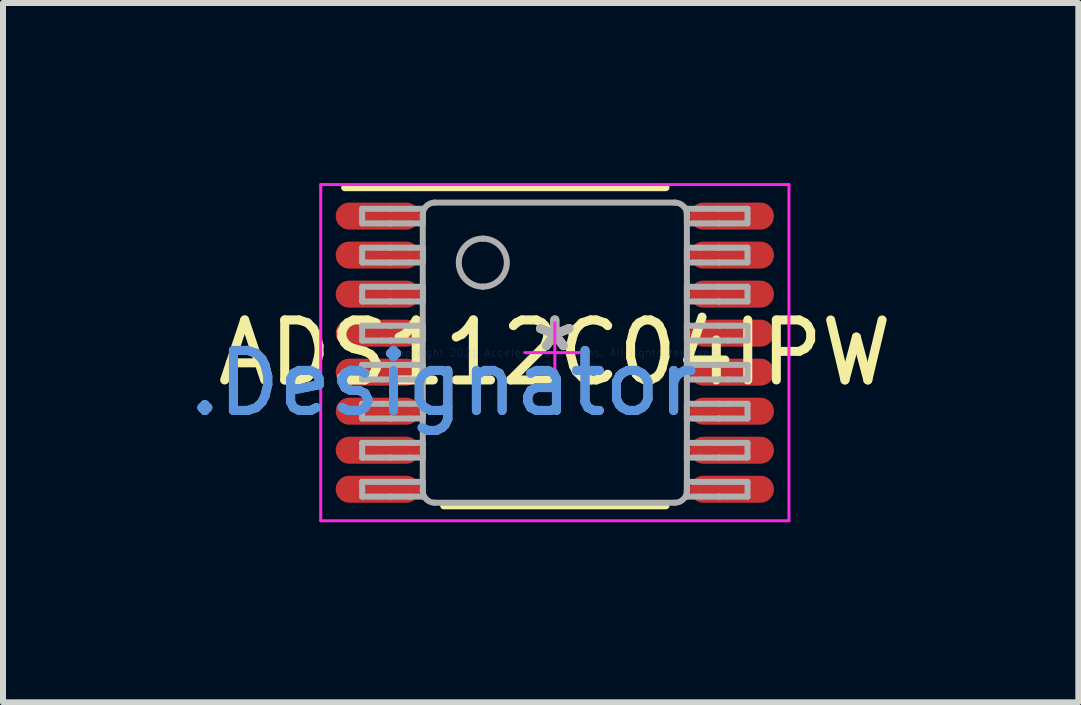
<source format=kicad_pcb>
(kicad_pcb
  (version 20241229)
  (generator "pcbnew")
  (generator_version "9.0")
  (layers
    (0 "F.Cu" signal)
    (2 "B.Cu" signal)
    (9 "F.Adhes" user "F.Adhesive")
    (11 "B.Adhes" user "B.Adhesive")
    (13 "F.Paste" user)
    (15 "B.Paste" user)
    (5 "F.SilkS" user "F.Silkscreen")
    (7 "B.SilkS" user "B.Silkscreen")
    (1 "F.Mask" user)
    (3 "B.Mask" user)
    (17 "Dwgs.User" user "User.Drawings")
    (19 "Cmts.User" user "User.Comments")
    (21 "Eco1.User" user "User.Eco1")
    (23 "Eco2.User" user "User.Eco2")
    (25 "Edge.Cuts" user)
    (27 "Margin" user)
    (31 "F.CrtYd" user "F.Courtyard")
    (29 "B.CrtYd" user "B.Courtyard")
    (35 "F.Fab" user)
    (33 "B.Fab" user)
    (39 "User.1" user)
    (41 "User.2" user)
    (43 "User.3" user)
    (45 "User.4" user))
  (footprint "ADS112C04IPW"
    (layer "F.Cu")
    (at 6.193 2.825)
    (property "Reference" "ADS112C04IPW" (at 0 0 0) (layer "F.SilkS") (effects (font (size 1 1) (thickness 0.15))))
    (attr through_hole)
    (fp_line (start -3.5 -2.75) (end 1.85 -2.75) (stroke (width 0.12) (type solid)) (layer "F.SilkS"))
    (fp_line (start -1.85 2.55) (end 1.85 2.55) (stroke (width 0.12) (type solid)) (layer "F.SilkS"))
    (fp_line (start -3.9 -2.8) (end 3.9 -2.8) (stroke (width 0.05) (type solid)) (layer "F.CrtYd"))
    (fp_line (start -3.9 2.8) (end -3.9 -2.8) (stroke (width 0.05) (type solid)) (layer "F.CrtYd"))
    (fp_line (start -3.9 2.8) (end 3.9 2.8) (stroke (width 0.05) (type solid)) (layer "F.CrtYd"))
    (fp_line (start -0.5 0) (end 0.5 0) (stroke (width 0.05) (type solid)) (layer "F.CrtYd"))
    (fp_line (start 0 0.5) (end 0 -0.5) (stroke (width 0.05) (type solid)) (layer "F.CrtYd"))
    (fp_line (start 3.9 2.8) (end 3.9 -2.8) (stroke (width 0.05) (type solid)) (layer "F.CrtYd"))
    (fp_line (start -3.21 -2.397) (end -2.887 -2.397) (stroke (width 0.1) (type solid)) (layer "F.Fab"))
    (fp_line (start -3.21 -2.153) (end -3.21 -2.397) (stroke (width 0.1) (type solid)) (layer "F.Fab"))
    (fp_line (start -3.21 -2.153) (end -2.887 -2.153) (stroke (width 0.1) (type solid)) (layer "F.Fab"))
    (fp_line (start -3.21 -1.748) (end -2.887 -1.748) (stroke (width 0.1) (type solid)) (layer "F.Fab"))
    (fp_line (start -3.21 -1.502) (end -3.21 -1.748) (stroke (width 0.1) (type solid)) (layer "F.Fab"))
    (fp_line (start -3.21 -1.502) (end -2.887 -1.502) (stroke (width 0.1) (type solid)) (layer "F.Fab"))
    (fp_line (start -3.21 -1.097) (end -2.887 -1.097) (stroke (width 0.1) (type solid)) (layer "F.Fab"))
    (fp_line (start -3.21 -0.853) (end -3.21 -1.097) (stroke (width 0.1) (type solid)) (layer "F.Fab"))
    (fp_line (start -3.21 -0.853) (end -2.887 -0.853) (stroke (width 0.1) (type solid)) (layer "F.Fab"))
    (fp_line (start -3.21 -0.448) (end -2.887 -0.448) (stroke (width 0.1) (type solid)) (layer "F.Fab"))
    (fp_line (start -3.21 -0.202) (end -3.21 -0.448) (stroke (width 0.1) (type solid)) (layer "F.Fab"))
    (fp_line (start -3.21 -0.202) (end -2.887 -0.202) (stroke (width 0.1) (type solid)) (layer "F.Fab"))
    (fp_line (start -3.21 0.203) (end -2.887 0.203) (stroke (width 0.1) (type solid)) (layer "F.Fab"))
    (fp_line (start -3.21 0.447) (end -3.21 0.203) (stroke (width 0.1) (type solid)) (layer "F.Fab"))
    (fp_line (start -3.21 0.447) (end -2.887 0.447) (stroke (width 0.1) (type solid)) (layer "F.Fab"))
    (fp_line (start -3.21 0.852) (end -2.887 0.852) (stroke (width 0.1) (type solid)) (layer "F.Fab"))
    (fp_line (start -3.21 1.098) (end -3.21 0.852) (stroke (width 0.1) (type solid)) (layer "F.Fab"))
    (fp_line (start -3.21 1.098) (end -2.887 1.098) (stroke (width 0.1) (type solid)) (layer "F.Fab"))
    (fp_line (start -3.21 1.503) (end -2.887 1.503) (stroke (width 0.1) (type solid)) (layer "F.Fab"))
    (fp_line (start -3.21 1.748) (end -3.21 1.503) (stroke (width 0.1) (type solid)) (layer "F.Fab"))
    (fp_line (start -3.21 1.748) (end -2.887 1.748) (stroke (width 0.1) (type solid)) (layer "F.Fab"))
    (fp_line (start -3.21 2.152) (end -2.887 2.152) (stroke (width 0.1) (type solid)) (layer "F.Fab"))
    (fp_line (start -3.21 2.398) (end -3.21 2.152) (stroke (width 0.1) (type solid)) (layer "F.Fab"))
    (fp_line (start -3.21 2.398) (end -2.887 2.398) (stroke (width 0.1) (type solid)) (layer "F.Fab"))
    (fp_line (start -2.887 -2.397) (end -2.739 -2.397) (stroke (width 0.1) (type solid)) (layer "F.Fab"))
    (fp_line (start -2.887 -2.153) (end -2.739 -2.153) (stroke (width 0.1) (type solid)) (layer "F.Fab"))
    (fp_line (start -2.887 -1.748) (end -2.739 -1.748) (stroke (width 0.1) (type solid)) (layer "F.Fab"))
    (fp_line (start -2.887 -1.502) (end -2.739 -1.502) (stroke (width 0.1) (type solid)) (layer "F.Fab"))
    (fp_line (start -2.887 -1.097) (end -2.739 -1.097) (stroke (width 0.1) (type solid)) (layer "F.Fab"))
    (fp_line (start -2.887 -0.853) (end -2.739 -0.853) (stroke (width 0.1) (type solid)) (layer "F.Fab"))
    (fp_line (start -2.887 -0.448) (end -2.739 -0.448) (stroke (width 0.1) (type solid)) (layer "F.Fab"))
    (fp_line (start -2.887 -0.202) (end -2.739 -0.202) (stroke (width 0.1) (type solid)) (layer "F.Fab"))
    (fp_line (start -2.887 0.203) (end -2.739 0.203) (stroke (width 0.1) (type solid)) (layer "F.Fab"))
    (fp_line (start -2.887 0.447) (end -2.739 0.447) (stroke (width 0.1) (type solid)) (layer "F.Fab"))
    (fp_line (start -2.887 0.852) (end -2.739 0.852) (stroke (width 0.1) (type solid)) (layer "F.Fab"))
    (fp_line (start -2.887 1.098) (end -2.739 1.098) (stroke (width 0.1) (type solid)) (layer "F.Fab"))
    (fp_line (start -2.887 1.503) (end -2.739 1.503) (stroke (width 0.1) (type solid)) (layer "F.Fab"))
    (fp_line (start -2.887 1.748) (end -2.739 1.748) (stroke (width 0.1) (type solid)) (layer "F.Fab"))
    (fp_line (start -2.887 2.152) (end -2.739 2.152) (stroke (width 0.1) (type solid)) (layer "F.Fab"))
    (fp_line (start -2.887 2.398) (end -2.739 2.398) (stroke (width 0.1) (type solid)) (layer "F.Fab"))
    (fp_line (start -2.739 -2.397) (end -2.733 -2.397) (stroke (width 0.1) (type solid)) (layer "F.Fab"))
    (fp_line (start -2.739 -2.153) (end -2.733 -2.153) (stroke (width 0.1) (type solid)) (layer "F.Fab"))
    (fp_line (start -2.739 -1.748) (end -2.733 -1.748) (stroke (width 0.1) (type solid)) (layer "F.Fab"))
    (fp_line (start -2.739 -1.502) (end -2.733 -1.502) (stroke (width 0.1) (type solid)) (layer "F.Fab"))
    (fp_line (start -2.739 -1.097) (end -2.733 -1.097) (stroke (width 0.1) (type solid)) (layer "F.Fab"))
    (fp_line (start -2.739 -0.853) (end -2.733 -0.853) (stroke (width 0.1) (type solid)) (layer "F.Fab"))
    (fp_line (start -2.739 -0.448) (end -2.733 -0.448) (stroke (width 0.1) (type solid)) (layer "F.Fab"))
    (fp_line (start -2.739 -0.202) (end -2.733 -0.202) (stroke (width 0.1) (type solid)) (layer "F.Fab"))
    (fp_line (start -2.739 0.203) (end -2.733 0.203) (stroke (width 0.1) (type solid)) (layer "F.Fab"))
    (fp_line (start -2.739 0.447) (end -2.733 0.447) (stroke (width 0.1) (type solid)) (layer "F.Fab"))
    (fp_line (start -2.739 0.852) (end -2.733 0.852) (stroke (width 0.1) (type solid)) (layer "F.Fab"))
    (fp_line (start -2.739 1.098) (end -2.733 1.098) (stroke (width 0.1) (type solid)) (layer "F.Fab"))
    (fp_line (start -2.739 1.503) (end -2.733 1.503) (stroke (width 0.1) (type solid)) (layer "F.Fab"))
    (fp_line (start -2.739 1.748) (end -2.733 1.748) (stroke (width 0.1) (type solid)) (layer "F.Fab"))
    (fp_line (start -2.739 2.152) (end -2.733 2.152) (stroke (width 0.1) (type solid)) (layer "F.Fab"))
    (fp_line (start -2.739 2.398) (end -2.733 2.398) (stroke (width 0.1) (type solid)) (layer "F.Fab"))
    (fp_line (start -2.733 -2.397) (end -2.431 -2.397) (stroke (width 0.1) (type solid)) (layer "F.Fab"))
    (fp_line (start -2.733 -2.153) (end -2.431 -2.153) (stroke (width 0.1) (type solid)) (layer "F.Fab"))
    (fp_line (start -2.733 -1.748) (end -2.431 -1.748) (stroke (width 0.1) (type solid)) (layer "F.Fab"))
    (fp_line (start -2.733 -1.502) (end -2.431 -1.502) (stroke (width 0.1) (type solid)) (layer "F.Fab"))
    (fp_line (start -2.733 -1.097) (end -2.431 -1.097) (stroke (width 0.1) (type solid)) (layer "F.Fab"))
    (fp_line (start -2.733 -0.853) (end -2.431 -0.853) (stroke (width 0.1) (type solid)) (layer "F.Fab"))
    (fp_line (start -2.733 -0.448) (end -2.431 -0.448) (stroke (width 0.1) (type solid)) (layer "F.Fab"))
    (fp_line (start -2.733 -0.202) (end -2.431 -0.202) (stroke (width 0.1) (type solid)) (layer "F.Fab"))
    (fp_line (start -2.733 0.203) (end -2.431 0.203) (stroke (width 0.1) (type solid)) (layer "F.Fab"))
    (fp_line (start -2.733 0.447) (end -2.431 0.447) (stroke (width 0.1) (type solid)) (layer "F.Fab"))
    (fp_line (start -2.733 0.852) (end -2.431 0.852) (stroke (width 0.1) (type solid)) (layer "F.Fab"))
    (fp_line (start -2.733 1.098) (end -2.431 1.098) (stroke (width 0.1) (type solid)) (layer "F.Fab"))
    (fp_line (start -2.733 1.503) (end -2.431 1.503) (stroke (width 0.1) (type solid)) (layer "F.Fab"))
    (fp_line (start -2.733 1.748) (end -2.431 1.748) (stroke (width 0.1) (type solid)) (layer "F.Fab"))
    (fp_line (start -2.733 2.152) (end -2.431 2.152) (stroke (width 0.1) (type solid)) (layer "F.Fab"))
    (fp_line (start -2.733 2.398) (end -2.431 2.398) (stroke (width 0.1) (type solid)) (layer "F.Fab"))
    (fp_line (start -2.431 -2.397) (end -2.2 -2.397) (stroke (width 0.1) (type solid)) (layer "F.Fab"))
    (fp_line (start -2.431 -2.153) (end -2.2 -2.153) (stroke (width 0.1) (type solid)) (layer "F.Fab"))
    (fp_line (start -2.431 -1.748) (end -2.2 -1.748) (stroke (width 0.1) (type solid)) (layer "F.Fab"))
    (fp_line (start -2.431 -1.502) (end -2.2 -1.502) (stroke (width 0.1) (type solid)) (layer "F.Fab"))
    (fp_line (start -2.431 -1.097) (end -2.2 -1.097) (stroke (width 0.1) (type solid)) (layer "F.Fab"))
    (fp_line (start -2.431 -0.853) (end -2.2 -0.853) (stroke (width 0.1) (type solid)) (layer "F.Fab"))
    (fp_line (start -2.431 -0.448) (end -2.2 -0.448) (stroke (width 0.1) (type solid)) (layer "F.Fab"))
    (fp_line (start -2.431 -0.202) (end -2.2 -0.202) (stroke (width 0.1) (type solid)) (layer "F.Fab"))
    (fp_line (start -2.431 0.203) (end -2.2 0.203) (stroke (width 0.1) (type solid)) (layer "F.Fab"))
    (fp_line (start -2.431 0.447) (end -2.2 0.447) (stroke (width 0.1) (type solid)) (layer "F.Fab"))
    (fp_line (start -2.431 0.852) (end -2.2 0.852) (stroke (width 0.1) (type solid)) (layer "F.Fab"))
    (fp_line (start -2.431 1.098) (end -2.2 1.098) (stroke (width 0.1) (type solid)) (layer "F.Fab"))
    (fp_line (start -2.431 1.503) (end -2.2 1.503) (stroke (width 0.1) (type solid)) (layer "F.Fab"))
    (fp_line (start -2.431 1.748) (end -2.2 1.748) (stroke (width 0.1) (type solid)) (layer "F.Fab"))
    (fp_line (start -2.431 2.152) (end -2.2 2.152) (stroke (width 0.1) (type solid)) (layer "F.Fab"))
    (fp_line (start -2.431 2.398) (end -2.2 2.398) (stroke (width 0.1) (type solid)) (layer "F.Fab"))
    (fp_line (start -2.2 -2.153) (end -2.2 -2.397) (stroke (width 0.1) (type solid)) (layer "F.Fab"))
    (fp_line (start -2.2 -1.502) (end -2.2 -1.748) (stroke (width 0.1) (type solid)) (layer "F.Fab"))
    (fp_line (start -2.2 -0.853) (end -2.2 -1.097) (stroke (width 0.1) (type solid)) (layer "F.Fab"))
    (fp_line (start -2.2 -0.202) (end -2.2 -0.448) (stroke (width 0.1) (type solid)) (layer "F.Fab"))
    (fp_line (start -2.2 0.447) (end -2.2 0.203) (stroke (width 0.1) (type solid)) (layer "F.Fab"))
    (fp_line (start -2.2 1.098) (end -2.2 0.852) (stroke (width 0.1) (type solid)) (layer "F.Fab"))
    (fp_line (start -2.2 1.748) (end -2.2 1.503) (stroke (width 0.1) (type solid)) (layer "F.Fab"))
    (fp_line (start -2.2 2.3) (end -2.2 -2.3) (stroke (width 0.1) (type solid)) (layer "F.Fab"))
    (fp_line (start -2.2 2.398) (end -2.2 2.152) (stroke (width 0.1) (type solid)) (layer "F.Fab"))
    (fp_line (start -2 -2.5) (end 2 -2.5) (stroke (width 0.1) (type solid)) (layer "F.Fab"))
    (fp_line (start -2 2.5) (end 2 2.5) (stroke (width 0.1) (type solid)) (layer "F.Fab"))
    (fp_line (start 2.2 -2.397) (end 2.43 -2.397) (stroke (width 0.1) (type solid)) (layer "F.Fab"))
    (fp_line (start 2.2 -2.153) (end 2.2 -2.397) (stroke (width 0.1) (type solid)) (layer "F.Fab"))
    (fp_line (start 2.2 -2.153) (end 2.43 -2.153) (stroke (width 0.1) (type solid)) (layer "F.Fab"))
    (fp_line (start 2.2 -1.748) (end 2.43 -1.748) (stroke (width 0.1) (type solid)) (layer "F.Fab"))
    (fp_line (start 2.2 -1.502) (end 2.2 -1.748) (stroke (width 0.1) (type solid)) (layer "F.Fab"))
    (fp_line (start 2.2 -1.502) (end 2.43 -1.502) (stroke (width 0.1) (type solid)) (layer "F.Fab"))
    (fp_line (start 2.2 -1.097) (end 2.43 -1.097) (stroke (width 0.1) (type solid)) (layer "F.Fab"))
    (fp_line (start 2.2 -0.853) (end 2.2 -1.097) (stroke (width 0.1) (type solid)) (layer "F.Fab"))
    (fp_line (start 2.2 -0.853) (end 2.43 -0.853) (stroke (width 0.1) (type solid)) (layer "F.Fab"))
    (fp_line (start 2.2 -0.448) (end 2.43 -0.448) (stroke (width 0.1) (type solid)) (layer "F.Fab"))
    (fp_line (start 2.2 -0.202) (end 2.2 -0.448) (stroke (width 0.1) (type solid)) (layer "F.Fab"))
    (fp_line (start 2.2 -0.202) (end 2.43 -0.202) (stroke (width 0.1) (type solid)) (layer "F.Fab"))
    (fp_line (start 2.2 0.203) (end 2.43 0.203) (stroke (width 0.1) (type solid)) (layer "F.Fab"))
    (fp_line (start 2.2 0.447) (end 2.2 0.203) (stroke (width 0.1) (type solid)) (layer "F.Fab"))
    (fp_line (start 2.2 0.447) (end 2.43 0.447) (stroke (width 0.1) (type solid)) (layer "F.Fab"))
    (fp_line (start 2.2 0.852) (end 2.43 0.852) (stroke (width 0.1) (type solid)) (layer "F.Fab"))
    (fp_line (start 2.2 1.098) (end 2.2 0.852) (stroke (width 0.1) (type solid)) (layer "F.Fab"))
    (fp_line (start 2.2 1.098) (end 2.43 1.098) (stroke (width 0.1) (type solid)) (layer "F.Fab"))
    (fp_line (start 2.2 1.503) (end 2.43 1.503) (stroke (width 0.1) (type solid)) (layer "F.Fab"))
    (fp_line (start 2.2 1.748) (end 2.2 1.503) (stroke (width 0.1) (type solid)) (layer "F.Fab"))
    (fp_line (start 2.2 1.748) (end 2.43 1.748) (stroke (width 0.1) (type solid)) (layer "F.Fab"))
    (fp_line (start 2.2 2.152) (end 2.43 2.152) (stroke (width 0.1) (type solid)) (layer "F.Fab"))
    (fp_line (start 2.2 2.3) (end 2.2 -2.3) (stroke (width 0.1) (type solid)) (layer "F.Fab"))
    (fp_line (start 2.2 2.398) (end 2.2 2.152) (stroke (width 0.1) (type solid)) (layer "F.Fab"))
    (fp_line (start 2.2 2.398) (end 2.43 2.398) (stroke (width 0.1) (type solid)) (layer "F.Fab"))
    (fp_line (start 2.43 -2.397) (end 2.733 -2.397) (stroke (width 0.1) (type solid)) (layer "F.Fab"))
    (fp_line (start 2.43 -2.153) (end 2.733 -2.153) (stroke (width 0.1) (type solid)) (layer "F.Fab"))
    (fp_line (start 2.43 -1.748) (end 2.733 -1.748) (stroke (width 0.1) (type solid)) (layer "F.Fab"))
    (fp_line (start 2.43 -1.502) (end 2.733 -1.502) (stroke (width 0.1) (type solid)) (layer "F.Fab"))
    (fp_line (start 2.43 -1.097) (end 2.733 -1.097) (stroke (width 0.1) (type solid)) (layer "F.Fab"))
    (fp_line (start 2.43 -0.853) (end 2.733 -0.853) (stroke (width 0.1) (type solid)) (layer "F.Fab"))
    (fp_line (start 2.43 -0.448) (end 2.733 -0.448) (stroke (width 0.1) (type solid)) (layer "F.Fab"))
    (fp_line (start 2.43 -0.202) (end 2.733 -0.202) (stroke (width 0.1) (type solid)) (layer "F.Fab"))
    (fp_line (start 2.43 0.203) (end 2.733 0.203) (stroke (width 0.1) (type solid)) (layer "F.Fab"))
    (fp_line (start 2.43 0.447) (end 2.733 0.447) (stroke (width 0.1) (type solid)) (layer "F.Fab"))
    (fp_line (start 2.43 0.852) (end 2.733 0.852) (stroke (width 0.1) (type solid)) (layer "F.Fab"))
    (fp_line (start 2.43 1.098) (end 2.733 1.098) (stroke (width 0.1) (type solid)) (layer "F.Fab"))
    (fp_line (start 2.43 1.503) (end 2.733 1.503) (stroke (width 0.1) (type solid)) (layer "F.Fab"))
    (fp_line (start 2.43 1.748) (end 2.733 1.748) (stroke (width 0.1) (type solid)) (layer "F.Fab"))
    (fp_line (start 2.43 2.152) (end 2.733 2.152) (stroke (width 0.1) (type solid)) (layer "F.Fab"))
    (fp_line (start 2.43 2.398) (end 2.733 2.398) (stroke (width 0.1) (type solid)) (layer "F.Fab"))
    (fp_line (start 2.733 -2.397) (end 2.739 -2.397) (stroke (width 0.1) (type solid)) (layer "F.Fab"))
    (fp_line (start 2.733 -2.153) (end 2.739 -2.153) (stroke (width 0.1) (type solid)) (layer "F.Fab"))
    (fp_line (start 2.733 -1.748) (end 2.739 -1.748) (stroke (width 0.1) (type solid)) (layer "F.Fab"))
    (fp_line (start 2.733 -1.502) (end 2.739 -1.502) (stroke (width 0.1) (type solid)) (layer "F.Fab"))
    (fp_line (start 2.733 -1.097) (end 2.739 -1.097) (stroke (width 0.1) (type solid)) (layer "F.Fab"))
    (fp_line (start 2.733 -0.853) (end 2.739 -0.853) (stroke (width 0.1) (type solid)) (layer "F.Fab"))
    (fp_line (start 2.733 -0.448) (end 2.739 -0.448) (stroke (width 0.1) (type solid)) (layer "F.Fab"))
    (fp_line (start 2.733 -0.202) (end 2.739 -0.202) (stroke (width 0.1) (type solid)) (layer "F.Fab"))
    (fp_line (start 2.733 0.203) (end 2.739 0.203) (stroke (width 0.1) (type solid)) (layer "F.Fab"))
    (fp_line (start 2.733 0.447) (end 2.739 0.447) (stroke (width 0.1) (type solid)) (layer "F.Fab"))
    (fp_line (start 2.733 0.852) (end 2.739 0.852) (stroke (width 0.1) (type solid)) (layer "F.Fab"))
    (fp_line (start 2.733 1.098) (end 2.739 1.098) (stroke (width 0.1) (type solid)) (layer "F.Fab"))
    (fp_line (start 2.733 1.503) (end 2.739 1.503) (stroke (width 0.1) (type solid)) (layer "F.Fab"))
    (fp_line (start 2.733 1.748) (end 2.739 1.748) (stroke (width 0.1) (type solid)) (layer "F.Fab"))
    (fp_line (start 2.733 2.152) (end 2.739 2.152) (stroke (width 0.1) (type solid)) (layer "F.Fab"))
    (fp_line (start 2.733 2.398) (end 2.739 2.398) (stroke (width 0.1) (type solid)) (layer "F.Fab"))
    (fp_line (start 2.739 -2.397) (end 2.887 -2.397) (stroke (width 0.1) (type solid)) (layer "F.Fab"))
    (fp_line (start 2.739 -2.153) (end 2.887 -2.153) (stroke (width 0.1) (type solid)) (layer "F.Fab"))
    (fp_line (start 2.739 -1.748) (end 2.887 -1.748) (stroke (width 0.1) (type solid)) (layer "F.Fab"))
    (fp_line (start 2.739 -1.502) (end 2.887 -1.502) (stroke (width 0.1) (type solid)) (layer "F.Fab"))
    (fp_line (start 2.739 -1.097) (end 2.887 -1.097) (stroke (width 0.1) (type solid)) (layer "F.Fab"))
    (fp_line (start 2.739 -0.853) (end 2.887 -0.853) (stroke (width 0.1) (type solid)) (layer "F.Fab"))
    (fp_line (start 2.739 -0.448) (end 2.887 -0.448) (stroke (width 0.1) (type solid)) (layer "F.Fab"))
    (fp_line (start 2.739 -0.202) (end 2.887 -0.202) (stroke (width 0.1) (type solid)) (layer "F.Fab"))
    (fp_line (start 2.739 0.203) (end 2.887 0.203) (stroke (width 0.1) (type solid)) (layer "F.Fab"))
    (fp_line (start 2.739 0.447) (end 2.887 0.447) (stroke (width 0.1) (type solid)) (layer "F.Fab"))
    (fp_line (start 2.739 0.852) (end 2.887 0.852) (stroke (width 0.1) (type solid)) (layer "F.Fab"))
    (fp_line (start 2.739 1.098) (end 2.887 1.098) (stroke (width 0.1) (type solid)) (layer "F.Fab"))
    (fp_line (start 2.739 1.503) (end 2.887 1.503) (stroke (width 0.1) (type solid)) (layer "F.Fab"))
    (fp_line (start 2.739 1.748) (end 2.887 1.748) (stroke (width 0.1) (type solid)) (layer "F.Fab"))
    (fp_line (start 2.739 2.152) (end 2.887 2.152) (stroke (width 0.1) (type solid)) (layer "F.Fab"))
    (fp_line (start 2.739 2.398) (end 2.887 2.398) (stroke (width 0.1) (type solid)) (layer "F.Fab"))
    (fp_line (start 2.887 -2.397) (end 3.21 -2.397) (stroke (width 0.1) (type solid)) (layer "F.Fab"))
    (fp_line (start 2.887 -2.153) (end 3.21 -2.153) (stroke (width 0.1) (type solid)) (layer "F.Fab"))
    (fp_line (start 2.887 -1.748) (end 3.21 -1.748) (stroke (width 0.1) (type solid)) (layer "F.Fab"))
    (fp_line (start 2.887 -1.502) (end 3.21 -1.502) (stroke (width 0.1) (type solid)) (layer "F.Fab"))
    (fp_line (start 2.887 -1.097) (end 3.21 -1.097) (stroke (width 0.1) (type solid)) (layer "F.Fab"))
    (fp_line (start 2.887 -0.853) (end 3.21 -0.853) (stroke (width 0.1) (type solid)) (layer "F.Fab"))
    (fp_line (start 2.887 -0.448) (end 3.21 -0.448) (stroke (width 0.1) (type solid)) (layer "F.Fab"))
    (fp_line (start 2.887 -0.202) (end 3.21 -0.202) (stroke (width 0.1) (type solid)) (layer "F.Fab"))
    (fp_line (start 2.887 0.203) (end 3.21 0.203) (stroke (width 0.1) (type solid)) (layer "F.Fab"))
    (fp_line (start 2.887 0.447) (end 3.21 0.447) (stroke (width 0.1) (type solid)) (layer "F.Fab"))
    (fp_line (start 2.887 0.852) (end 3.21 0.852) (stroke (width 0.1) (type solid)) (layer "F.Fab"))
    (fp_line (start 2.887 1.098) (end 3.21 1.098) (stroke (width 0.1) (type solid)) (layer "F.Fab"))
    (fp_line (start 2.887 1.503) (end 3.21 1.503) (stroke (width 0.1) (type solid)) (layer "F.Fab"))
    (fp_line (start 2.887 1.748) (end 3.21 1.748) (stroke (width 0.1) (type solid)) (layer "F.Fab"))
    (fp_line (start 2.887 2.152) (end 3.21 2.152) (stroke (width 0.1) (type solid)) (layer "F.Fab"))
    (fp_line (start 2.887 2.398) (end 3.21 2.398) (stroke (width 0.1) (type solid)) (layer "F.Fab"))
    (fp_line (start 3.21 -2.153) (end 3.21 -2.397) (stroke (width 0.1) (type solid)) (layer "F.Fab"))
    (fp_line (start 3.21 -1.502) (end 3.21 -1.748) (stroke (width 0.1) (type solid)) (layer "F.Fab"))
    (fp_line (start 3.21 -0.853) (end 3.21 -1.097) (stroke (width 0.1) (type solid)) (layer "F.Fab"))
    (fp_line (start 3.21 -0.202) (end 3.21 -0.448) (stroke (width 0.1) (type solid)) (layer "F.Fab"))
    (fp_line (start 3.21 0.447) (end 3.21 0.203) (stroke (width 0.1) (type solid)) (layer "F.Fab"))
    (fp_line (start 3.21 1.098) (end 3.21 0.852) (stroke (width 0.1) (type solid)) (layer "F.Fab"))
    (fp_line (start 3.21 1.748) (end 3.21 1.503) (stroke (width 0.1) (type solid)) (layer "F.Fab"))
    (fp_line (start 3.21 2.398) (end 3.21 2.152) (stroke (width 0.1) (type solid)) (layer "F.Fab"))
    (fp_arc (start -2.200001 -2.3) (mid -2.141422 -2.441421) (end -2.000001 -2.5) (stroke (width 0.1) (type solid)) (layer "F.Fab"))
    (fp_arc (start -2.000001 2.500016) (mid -2.141422 2.441437) (end -2.200001 2.300016) (stroke (width 0.1) (type solid)) (layer "F.Fab"))
    (fp_arc (start -1.200003 -1.900001) (mid -0.800004 -1.500002) (end -1.200003 -1.100003) (stroke (width 0.1) (type solid)) (layer "F.Fab"))
    (fp_arc (start -1.200003 -1.100003) (mid -1.600002 -1.500002) (end -1.200003 -1.900001) (stroke (width 0.1) (type solid)) (layer "F.Fab"))
    (fp_arc (start 1.999991 -2.499999) (mid 2.141412 -2.441421) (end 2.19999 -2.3) (stroke (width 0.1) (type solid)) (layer "F.Fab"))
    (fp_arc (start 2.19999 2.300016) (mid 2.141412 2.441437) (end 1.999991 2.500015) (stroke (width 0.1) (type solid)) (layer "F.Fab"))
    (fp_text user "*" (at 0 0 0) (layer "F.SilkS") (effects (font (size 1 1) (thickness 0.15))))
    (fp_text user ".Designator" (at -1.854 0.508 0) (layer "Cmts.User") (effects (font (size 1 1) (thickness 0.15))))
    (fp_text user "Copyright 2021 Accelerated Designs. All rights reserved." (at 0 0 0) (layer "Cmts.User") (effects (font (size 0.127 0.127) (thickness 0.002))))
    (fp_text user ".Designator" (at -1.854 0.508 0) (layer "F.Fab") (effects (font (size 1 1) (thickness 0.15))))
    (fp_text user "*" (at 0 0 0) (layer "F.Fab") (effects (font (size 1 1) (thickness 0.15))))
    (pad "1" smd oval (at -2.95 -2.275 90) (size 0.45 1.4) (layers "F.Cu" "F.Mask" "F.Paste"))
    (pad "2" smd oval (at -2.95 -1.625 90) (size 0.45 1.4) (layers "F.Cu" "F.Mask" "F.Paste"))
    (pad "3" smd oval (at -2.95 -0.975 90) (size 0.45 1.4) (layers "F.Cu" "F.Mask" "F.Paste"))
    (pad "4" smd oval (at -2.95 -0.325 90) (size 0.45 1.4) (layers "F.Cu" "F.Mask" "F.Paste"))
    (pad "5" smd oval (at -2.95 0.325 90) (size 0.45 1.4) (layers "F.Cu" "F.Mask" "F.Paste"))
    (pad "6" smd oval (at -2.95 0.975 90) (size 0.45 1.4) (layers "F.Cu" "F.Mask" "F.Paste"))
    (pad "7" smd oval (at -2.95 1.625 90) (size 0.45 1.4) (layers "F.Cu" "F.Mask" "F.Paste"))
    (pad "8" smd oval (at -2.95 2.275 90) (size 0.45 1.4) (layers "F.Cu" "F.Mask" "F.Paste"))
    (pad "9" smd oval (at 2.95 2.275 90) (size 0.45 1.4) (layers "F.Cu" "F.Mask" "F.Paste"))
    (pad "10" smd oval (at 2.95 1.625 90) (size 0.45 1.4) (layers "F.Cu" "F.Mask" "F.Paste"))
    (pad "11" smd oval (at 2.95 0.975 90) (size 0.45 1.4) (layers "F.Cu" "F.Mask" "F.Paste"))
    (pad "12" smd oval (at 2.95 0.325 90) (size 0.45 1.4) (layers "F.Cu" "F.Mask" "F.Paste"))
    (pad "13" smd oval (at 2.95 -0.325 90) (size 0.45 1.4) (layers "F.Cu" "F.Mask" "F.Paste"))
    (pad "14" smd oval (at 2.95 -0.975 90) (size 0.45 1.4) (layers "F.Cu" "F.Mask" "F.Paste"))
    (pad "15" smd oval (at 2.95 -1.625 90) (size 0.45 1.4) (layers "F.Cu" "F.Mask" "F.Paste"))
    (pad "16" smd oval (at 2.95 -2.275 90) (size 0.45 1.4) (layers "F.Cu" "F.Mask" "F.Paste")))
  (gr_rect
    (start -3 -3)
    (end 14.914 8.65)
    (stroke (width 0.1) (type default))
    (fill no)
    (layer "Edge.Cuts")))
</source>
